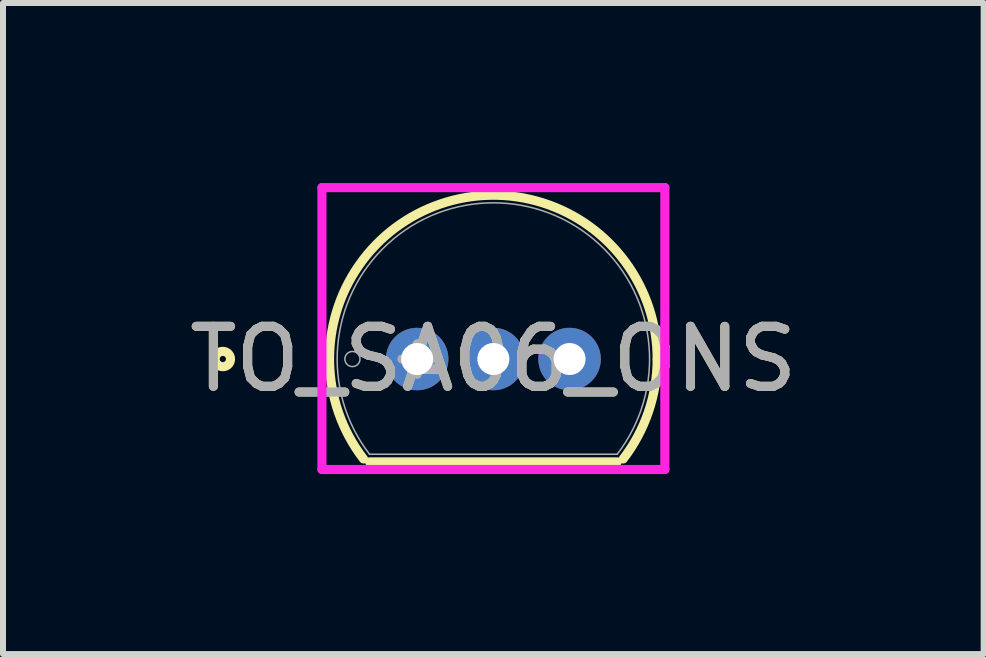
<source format=kicad_pcb>
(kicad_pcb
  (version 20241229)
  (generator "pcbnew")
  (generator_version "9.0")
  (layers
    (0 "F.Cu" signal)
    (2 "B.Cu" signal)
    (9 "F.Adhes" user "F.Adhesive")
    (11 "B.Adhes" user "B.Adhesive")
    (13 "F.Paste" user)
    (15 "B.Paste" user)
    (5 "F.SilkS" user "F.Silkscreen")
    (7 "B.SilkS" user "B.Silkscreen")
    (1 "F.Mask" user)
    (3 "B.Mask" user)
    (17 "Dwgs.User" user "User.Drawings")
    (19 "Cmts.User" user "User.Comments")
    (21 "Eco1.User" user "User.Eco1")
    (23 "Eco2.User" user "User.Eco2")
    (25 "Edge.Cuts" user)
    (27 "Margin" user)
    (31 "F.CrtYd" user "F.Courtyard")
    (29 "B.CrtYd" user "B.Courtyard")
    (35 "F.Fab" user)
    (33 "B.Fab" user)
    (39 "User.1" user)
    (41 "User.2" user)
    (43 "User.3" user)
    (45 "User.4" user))
  (footprint "TO_SA06_ONS"
    (layer "F.Cu")
    (at 3.903 2.934)
    (property "Reference" "TO_SA06_ONS" (at 1.27 0 0) (unlocked yes) (layer "F.SilkS") (effects (font (size 1 1) (thickness 0.15))))
    (attr through_hole)
    (fp_line (start -0.794 1.714) (end 3.334 1.714) (stroke (width 0.152) (type solid)) (layer "F.SilkS"))
    (fp_arc (start -0.894167 1.664936) (mid 0.39069 -2.585042) (end 4.0005 0) (stroke (width 0.1524) (type solid)) (layer "F.SilkS"))
    (fp_arc (start 4.0005 0.000001) (mid 3.855041 0.879313) (end 3.434164 1.66494) (stroke (width 0.1524) (type solid)) (layer "F.SilkS"))
    (fp_circle (center -3.239 0) (end -3.111 0) (stroke (width 0.152) (type solid)) (fill no) (layer "F.SilkS"))
    (fp_line (start -1.587 -2.857) (end 4.128 -2.857) (stroke (width 0.152) (type solid)) (layer "F.CrtYd"))
    (fp_line (start -1.587 1.841) (end -1.587 -2.857) (stroke (width 0.152) (type solid)) (layer "F.CrtYd"))
    (fp_line (start 4.128 -2.857) (end 4.128 1.841) (stroke (width 0.152) (type solid)) (layer "F.CrtYd"))
    (fp_line (start 4.128 1.841) (end -1.587 1.841) (stroke (width 0.152) (type solid)) (layer "F.CrtYd"))
    (fp_line (start -0.794 1.587) (end 3.334 1.587) (stroke (width 0.025) (type solid)) (layer "F.Fab"))
    (fp_line (start -0.254 0) (end 0.254 0) (stroke (width 0.152) (type solid)) (layer "F.Fab"))
    (fp_line (start 0 0.254) (end 0 -0.254) (stroke (width 0.152) (type solid)) (layer "F.Fab"))
    (fp_arc (start -0.793507 1.587499) (mid 1.270001 -2.6035) (end 3.333506 1.5875) (stroke (width 0.0254) (type solid)) (layer "F.Fab"))
    (fp_circle (center -1.079 0) (end -0.953 0) (stroke (width 0.025) (type solid)) (fill no) (layer "F.Fab"))
    (fp_text user "${REFERENCE}" (at 1.27 0 0) (unlocked yes) (layer "F.Fab") (effects (font (size 1 1) (thickness 0.15))))
    (pad "1" thru_hole circle (at 0 0) (size 1.041 1.041) (drill 0.533) (layers "*.Cu" "*.Mask"))
    (pad "2" thru_hole circle (at 1.27 0) (size 1.041 1.041) (drill 0.533) (layers "*.Cu" "*.Mask"))
    (pad "3" thru_hole circle (at 2.54 0) (size 1.041 1.041) (drill 0.533) (layers "*.Cu" "*.Mask")))
  (gr_rect
    (start -3 -3)
    (end 13.345 7.851)
    (stroke (width 0.1) (type default))
    (fill no)
    (layer "Edge.Cuts")))
</source>
